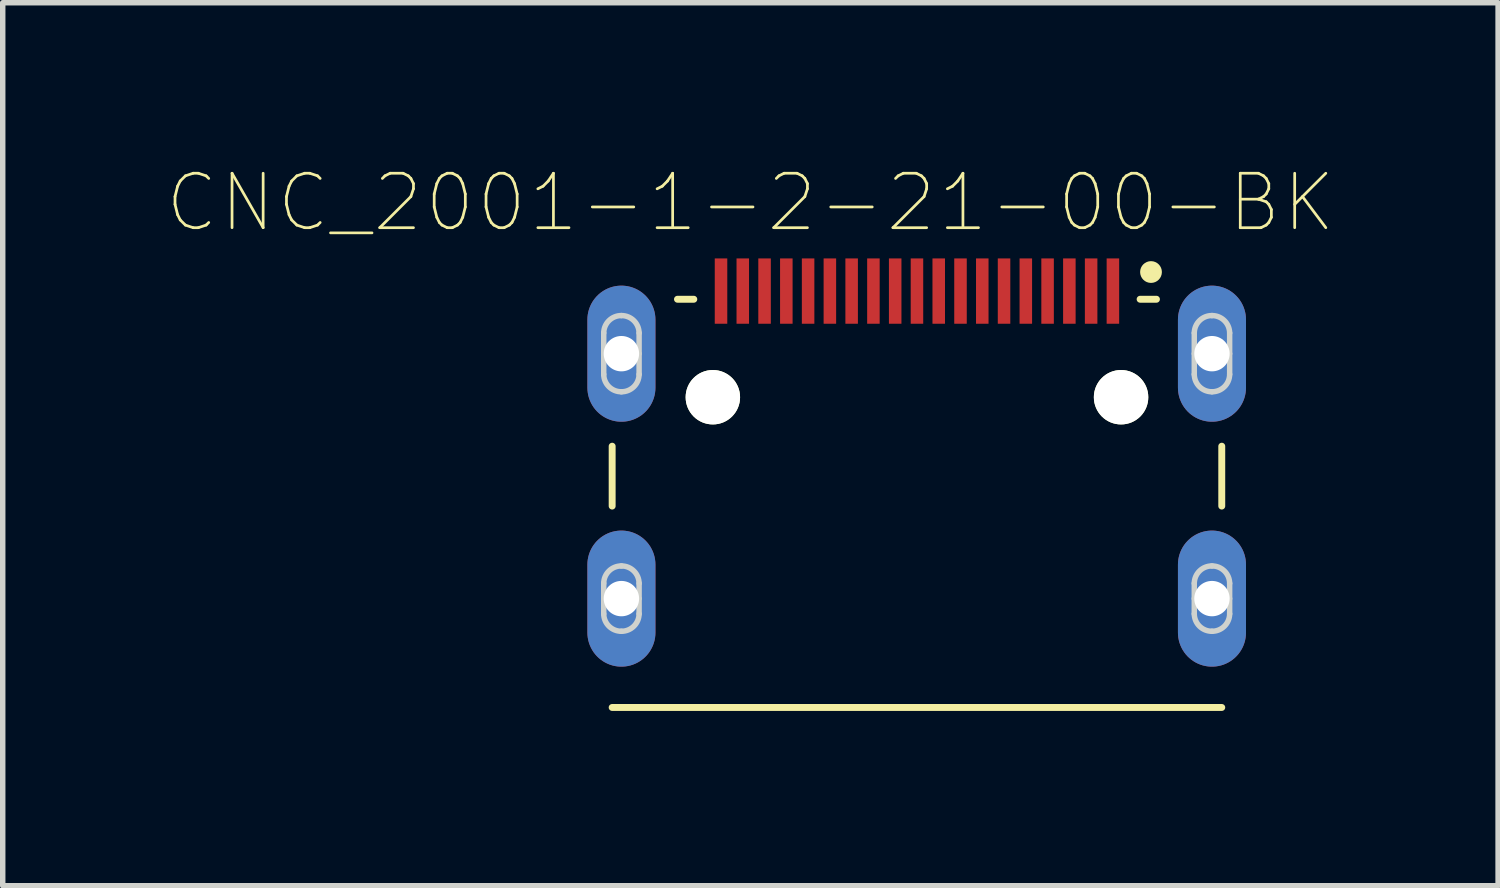
<source format=kicad_pcb>
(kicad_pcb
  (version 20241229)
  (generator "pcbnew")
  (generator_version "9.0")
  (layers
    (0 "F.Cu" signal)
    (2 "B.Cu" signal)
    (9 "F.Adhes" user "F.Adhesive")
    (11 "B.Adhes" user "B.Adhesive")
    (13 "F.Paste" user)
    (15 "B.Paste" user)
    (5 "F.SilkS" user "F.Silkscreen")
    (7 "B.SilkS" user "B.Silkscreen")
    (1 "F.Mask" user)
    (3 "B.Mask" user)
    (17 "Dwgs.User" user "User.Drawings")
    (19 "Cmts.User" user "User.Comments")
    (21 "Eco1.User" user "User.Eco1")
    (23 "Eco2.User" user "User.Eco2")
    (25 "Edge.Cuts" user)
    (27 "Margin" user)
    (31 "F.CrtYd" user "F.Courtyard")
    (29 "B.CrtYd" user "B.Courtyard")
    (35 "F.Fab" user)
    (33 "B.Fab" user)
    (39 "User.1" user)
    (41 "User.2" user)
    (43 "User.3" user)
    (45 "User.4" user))
  (footprint "CNC_2001-1-2-21-00-BK"
    (layer "F.Cu")
    (at 13.797 3.448)
    (property "Reference" "CNC_2001-1-2-21-00-BK" (at -3.06 -2.775 0) (layer "F.SilkS") (effects (font (size 1 1) (thickness 0.05))))
    (attr smd)
    (fp_line (start -5.6 2.8) (end -5.6 1.7) (stroke (width 0.127) (type solid)) (layer "F.SilkS"))
    (fp_line (start -4.1 -1) (end -4.4 -1) (stroke (width 0.127) (type solid)) (layer "F.SilkS"))
    (fp_line (start 4.1 -1) (end 4.4 -1) (stroke (width 0.127) (type solid)) (layer "F.SilkS"))
    (fp_line (start 5.6 2.8) (end 5.6 1.7) (stroke (width 0.127) (type solid)) (layer "F.SilkS"))
    (fp_line (start 5.6 6.5) (end -5.6 6.5) (stroke (width 0.127) (type solid)) (layer "F.SilkS"))
    (fp_circle (center 4.3 -1.5) (end 4.4 -1.5) (stroke (width 0.2) (type solid)) (fill no) (layer "F.SilkS"))
    (fp_line (start -6.31 -2) (end 6.31 -2) (stroke (width 0.05) (type solid)) (layer "Eco1.User"))
    (fp_line (start -6.31 6.75) (end -6.31 -2) (stroke (width 0.05) (type solid)) (layer "Eco1.User"))
    (fp_line (start 6.31 -2) (end 6.31 6.75) (stroke (width 0.05) (type solid)) (layer "Eco1.User"))
    (fp_line (start 6.31 6.75) (end -6.31 6.75) (stroke (width 0.05) (type solid)) (layer "Eco1.User"))
    (fp_line (start -5.6 -1) (end 5.6 -1) (stroke (width 0.127) (type solid)) (layer "Eco2.User"))
    (fp_line (start -5.6 6.5) (end -5.6 -1) (stroke (width 0.127) (type solid)) (layer "Eco2.User"))
    (fp_line (start 5.6 -1) (end 5.6 6.5) (stroke (width 0.127) (type solid)) (layer "Eco2.User"))
    (fp_line (start 5.6 6.5) (end -5.6 6.5) (stroke (width 0.127) (type solid)) (layer "Eco2.User"))
    (fp_circle (center 4.3 -1.5) (end 4.4 -1.5) (stroke (width 0.2) (type solid)) (fill no) (layer "Eco2.User"))
    (fp_line (start -5.755 0) (end -5.755 -0.38) (stroke (width 0.1) (type solid)) (layer "Edge.Cuts"))
    (fp_line (start -5.755 0.38) (end -5.755 0) (stroke (width 0.1) (type solid)) (layer "Edge.Cuts"))
    (fp_line (start -5.755 4.5) (end -5.755 4.22) (stroke (width 0.1) (type solid)) (layer "Edge.Cuts"))
    (fp_line (start -5.755 4.78) (end -5.755 4.5) (stroke (width 0.1) (type solid)) (layer "Edge.Cuts"))
    (fp_line (start -5.105 -0.38) (end -5.105 0) (stroke (width 0.1) (type solid)) (layer "Edge.Cuts"))
    (fp_line (start -5.105 0) (end -5.105 0.38) (stroke (width 0.1) (type solid)) (layer "Edge.Cuts"))
    (fp_line (start -5.105 4.22) (end -5.105 4.5) (stroke (width 0.1) (type solid)) (layer "Edge.Cuts"))
    (fp_line (start -5.105 4.5) (end -5.105 4.78) (stroke (width 0.1) (type solid)) (layer "Edge.Cuts"))
    (fp_line (start 5.095 0) (end 5.095 -0.38) (stroke (width 0.1) (type solid)) (layer "Edge.Cuts"))
    (fp_line (start 5.095 0.38) (end 5.095 0) (stroke (width 0.1) (type solid)) (layer "Edge.Cuts"))
    (fp_line (start 5.095 4.5) (end 5.095 4.22) (stroke (width 0.1) (type solid)) (layer "Edge.Cuts"))
    (fp_line (start 5.095 4.78) (end 5.095 4.5) (stroke (width 0.1) (type solid)) (layer "Edge.Cuts"))
    (fp_line (start 5.745 -0.38) (end 5.745 0) (stroke (width 0.1) (type solid)) (layer "Edge.Cuts"))
    (fp_line (start 5.745 0) (end 5.745 0.38) (stroke (width 0.1) (type solid)) (layer "Edge.Cuts"))
    (fp_line (start 5.745 4.22) (end 5.745 4.5) (stroke (width 0.1) (type solid)) (layer "Edge.Cuts"))
    (fp_line (start 5.745 4.5) (end 5.745 4.78) (stroke (width 0.1) (type solid)) (layer "Edge.Cuts"))
    (fp_arc (start -5.755 -0.38) (mid -5.658774 -0.60731) (end -5.43 -0.7) (stroke (width 0.1) (type solid)) (layer "Edge.Cuts"))
    (fp_arc (start -5.755 4.22) (mid -5.658774 3.99269) (end -5.43 3.9) (stroke (width 0.1) (type solid)) (layer "Edge.Cuts"))
    (fp_arc (start -5.43 -0.7) (mid -5.201226 -0.60731) (end -5.105 -0.38) (stroke (width 0.1) (type solid)) (layer "Edge.Cuts"))
    (fp_arc (start -5.43 0.7) (mid -5.658774 0.60731) (end -5.755 0.38) (stroke (width 0.1) (type solid)) (layer "Edge.Cuts"))
    (fp_arc (start -5.43 3.9) (mid -5.201226 3.99269) (end -5.105 4.22) (stroke (width 0.1) (type solid)) (layer "Edge.Cuts"))
    (fp_arc (start -5.43 5.1) (mid -5.658774 5.00731) (end -5.755 4.78) (stroke (width 0.1) (type solid)) (layer "Edge.Cuts"))
    (fp_arc (start -5.105 0.38) (mid -5.201226 0.60731) (end -5.43 0.7) (stroke (width 0.1) (type solid)) (layer "Edge.Cuts"))
    (fp_arc (start -5.105 4.78) (mid -5.201226 5.00731) (end -5.43 5.1) (stroke (width 0.1) (type solid)) (layer "Edge.Cuts"))
    (fp_arc (start 5.095 -0.38) (mid 5.191226 -0.60731) (end 5.42 -0.7) (stroke (width 0.1) (type solid)) (layer "Edge.Cuts"))
    (fp_arc (start 5.095 4.22) (mid 5.191226 3.99269) (end 5.42 3.9) (stroke (width 0.1) (type solid)) (layer "Edge.Cuts"))
    (fp_arc (start 5.42 -0.7) (mid 5.648774 -0.60731) (end 5.745 -0.38) (stroke (width 0.1) (type solid)) (layer "Edge.Cuts"))
    (fp_arc (start 5.42 0.7) (mid 5.191226 0.60731) (end 5.095 0.38) (stroke (width 0.1) (type solid)) (layer "Edge.Cuts"))
    (fp_arc (start 5.42 3.9) (mid 5.648774 3.99269) (end 5.745 4.22) (stroke (width 0.1) (type solid)) (layer "Edge.Cuts"))
    (fp_arc (start 5.42 5.1) (mid 5.191226 5.00731) (end 5.095 4.78) (stroke (width 0.1) (type solid)) (layer "Edge.Cuts"))
    (fp_arc (start 5.745 0.38) (mid 5.648774 0.60731) (end 5.42 0.7) (stroke (width 0.1) (type solid)) (layer "Edge.Cuts"))
    (fp_arc (start 5.745 4.78) (mid 5.648774 5.00731) (end 5.42 5.1) (stroke (width 0.1) (type solid)) (layer "Edge.Cuts"))
    (pad "" np_thru_hole circle (at -3.75 0.8) (size 1 1) (drill 1) (layers "*.Cu" "*.Mask" "F.SilkS"))
    (pad "" np_thru_hole circle (at 3.75 0.8) (size 1 1) (drill 1) (layers "*.Cu" "*.Mask" "F.SilkS"))
    (pad "1" smd rect (at 3.6 -1.15) (size 0.23 1.2) (layers "F.Cu" "F.Mask" "F.Paste"))
    (pad "2" smd rect (at 3.2 -1.15) (size 0.23 1.2) (layers "F.Cu" "F.Mask" "F.Paste"))
    (pad "3" smd rect (at 2.8 -1.15) (size 0.23 1.2) (layers "F.Cu" "F.Mask" "F.Paste"))
    (pad "4" smd rect (at 2.4 -1.15) (size 0.23 1.2) (layers "F.Cu" "F.Mask" "F.Paste"))
    (pad "5" smd rect (at 2 -1.15) (size 0.23 1.2) (layers "F.Cu" "F.Mask" "F.Paste"))
    (pad "6" smd rect (at 1.6 -1.15) (size 0.23 1.2) (layers "F.Cu" "F.Mask" "F.Paste"))
    (pad "7" smd rect (at 1.2 -1.15) (size 0.23 1.2) (layers "F.Cu" "F.Mask" "F.Paste"))
    (pad "8" smd rect (at 0.8 -1.15) (size 0.23 1.2) (layers "F.Cu" "F.Mask" "F.Paste"))
    (pad "9" smd rect (at 0.4 -1.15) (size 0.23 1.2) (layers "F.Cu" "F.Mask" "F.Paste"))
    (pad "10" smd rect (at 0 -1.15) (size 0.23 1.2) (layers "F.Cu" "F.Mask" "F.Paste"))
    (pad "11" smd rect (at -0.4 -1.15) (size 0.23 1.2) (layers "F.Cu" "F.Mask" "F.Paste"))
    (pad "12" smd rect (at -0.8 -1.15) (size 0.23 1.2) (layers "F.Cu" "F.Mask" "F.Paste"))
    (pad "13" smd rect (at -1.2 -1.15) (size 0.23 1.2) (layers "F.Cu" "F.Mask" "F.Paste"))
    (pad "14" smd rect (at -1.6 -1.15) (size 0.23 1.2) (layers "F.Cu" "F.Mask" "F.Paste"))
    (pad "15" smd rect (at -2 -1.15) (size 0.23 1.2) (layers "F.Cu" "F.Mask" "F.Paste"))
    (pad "16" smd rect (at -2.4 -1.15) (size 0.23 1.2) (layers "F.Cu" "F.Mask" "F.Paste"))
    (pad "17" smd rect (at -2.8 -1.15) (size 0.23 1.2) (layers "F.Cu" "F.Mask" "F.Paste"))
    (pad "18" smd rect (at -3.2 -1.15) (size 0.23 1.2) (layers "F.Cu" "F.Mask" "F.Paste"))
    (pad "19" smd rect (at -3.6 -1.15) (size 0.23 1.2) (layers "F.Cu" "F.Mask" "F.Paste"))
    (pad "SH" thru_hole oval (at -5.43 0 90) (size 2.5 1.25) (drill 0.65) (layers "*.Cu" "*.Mask"))
    (pad "SH" thru_hole oval (at -5.43 4.5 90) (size 2.5 1.25) (drill 0.65) (layers "*.Cu" "*.Mask"))
    (pad "SH" thru_hole oval (at 5.42 0 90) (size 2.5 1.25) (drill 0.65) (layers "*.Cu" "*.Mask"))
    (pad "SH" thru_hole oval (at 5.42 4.5 90) (size 2.5 1.25) (drill 0.65) (layers "*.Cu" "*.Mask")))
  (gr_rect
    (start -3 -3)
    (end 24.474 13.223)
    (stroke (width 0.1) (type default))
    (fill no)
    (layer "Edge.Cuts")))
</source>
